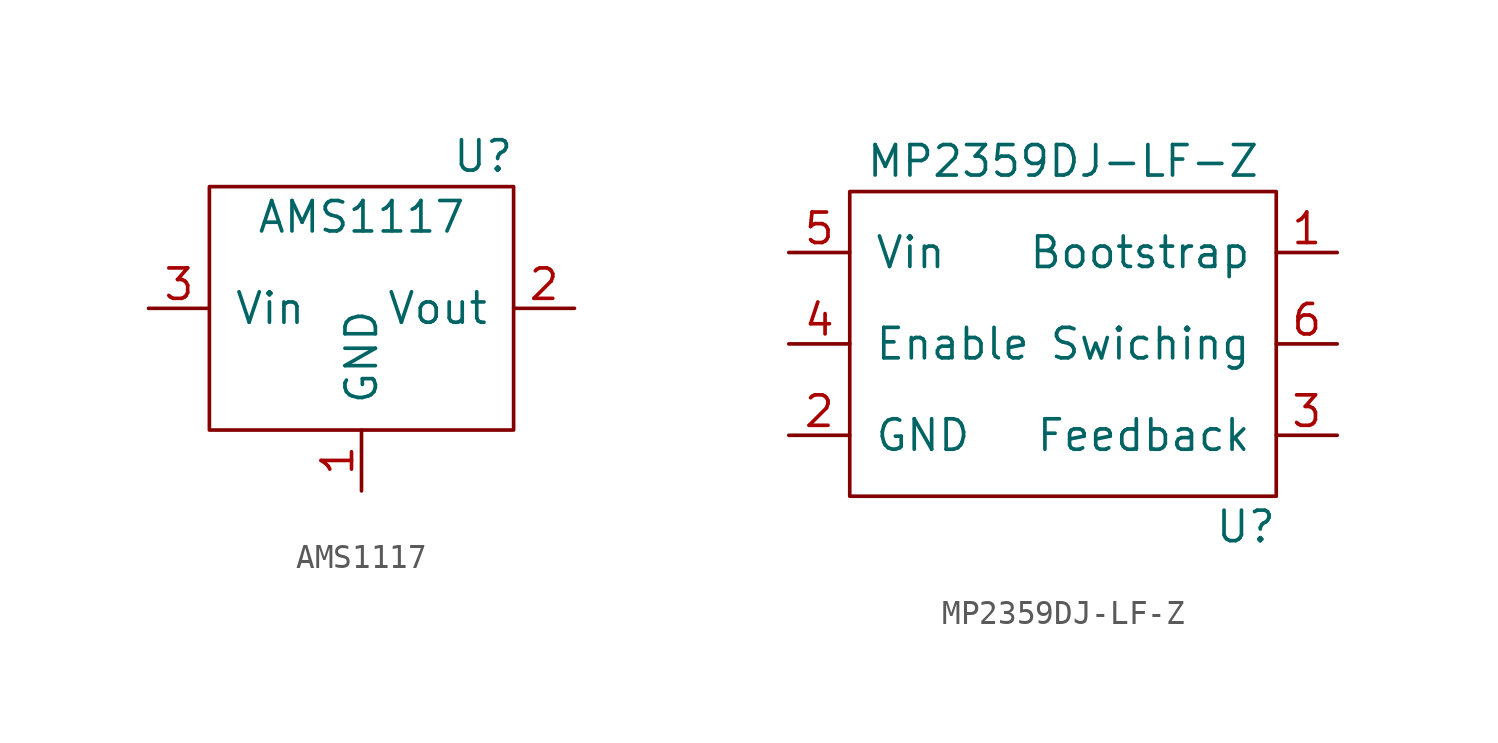
<source format=kicad_sym>
(kicad_symbol_lib
  (version 20211014)
  (generator kicad_symbol_editor)
  (symbol "AMS1117"
    (pin_names
      (offset 1.016))
    (property "Reference" "U"
      (at 5.08 5.08 0)
      (effects (font (size 1.27 1.27))))
    (property "Value" "AMS1117"
      (at 0 2.54 0)
      (effects (font (size 1.27 1.27))))
    (symbol "AMS1117_0_0"
      (pin power_in line (at 0 -8.89 90) (length 2.54) (name "GND" (effects (font (size 1.27 1.27)))) (number "1" (effects (font (size 1.27 1.27)))))
      (pin power_out line (at 8.89 -1.27 180) (length 2.54) (name "Vout" (effects (font (size 1.27 1.27)))) (number "2" (effects (font (size 1.27 1.27)))))
      (pin power_in line (at -8.89 -1.27 0) (length 2.54) (name "Vin" (effects (font (size 1.27 1.27)))) (number "3" (effects (font (size 1.27 1.27))))))
    (symbol "AMS1117_0_1"
      (rectangle (start -6.35 3.81) (end 6.35 -6.35) (stroke (width 0) (type default) (color 0 0 0 0)) (fill (type none)))))
  (symbol "MP2359DJ-LF-Z"
    (pin_names
      (offset 1.016))
    (property "Reference" "U"
      (at 7.62 -7.62 0)
      (effects (font (size 1.27 1.27))))
    (property "Value" "MP2359DJ-LF-Z"
      (at 0 7.62 0)
      (effects (font (size 1.27 1.27))))
    (symbol "MP2359DJ-LF-Z_0_1"
      (rectangle (start -8.89 6.35) (end 8.89 -6.35) (stroke (width 0) (type default) (color 0 0 0 0)) (fill (type none))))
    (symbol "MP2359DJ-LF-Z_1_1"
      (pin input line (at 11.43 3.81 180) (length 2.54) (name "Bootstrap" (effects (font (size 1.27 1.27)))) (number "1" (effects (font (size 1.27 1.27)))))
      (pin power_in line (at -11.43 -3.81 0) (length 2.54) (name "GND" (effects (font (size 1.27 1.27)))) (number "2" (effects (font (size 1.27 1.27)))))
      (pin input line (at 11.43 -3.81 180) (length 2.54) (name "Feedback" (effects (font (size 1.27 1.27)))) (number "3" (effects (font (size 1.27 1.27)))))
      (pin input line (at -11.43 0 0) (length 2.54) (name "Enable" (effects (font (size 1.27 1.27)))) (number "4" (effects (font (size 1.27 1.27)))))
      (pin power_in line (at -11.43 3.81 0) (length 2.54) (name "Vin" (effects (font (size 1.27 1.27)))) (number "5" (effects (font (size 1.27 1.27)))))
      (pin output line (at 11.43 0 180) (length 2.54) (name "Swiching" (effects (font (size 1.27 1.27)))) (number "6" (effects (font (size 1.27 1.27))))))))
</source>
